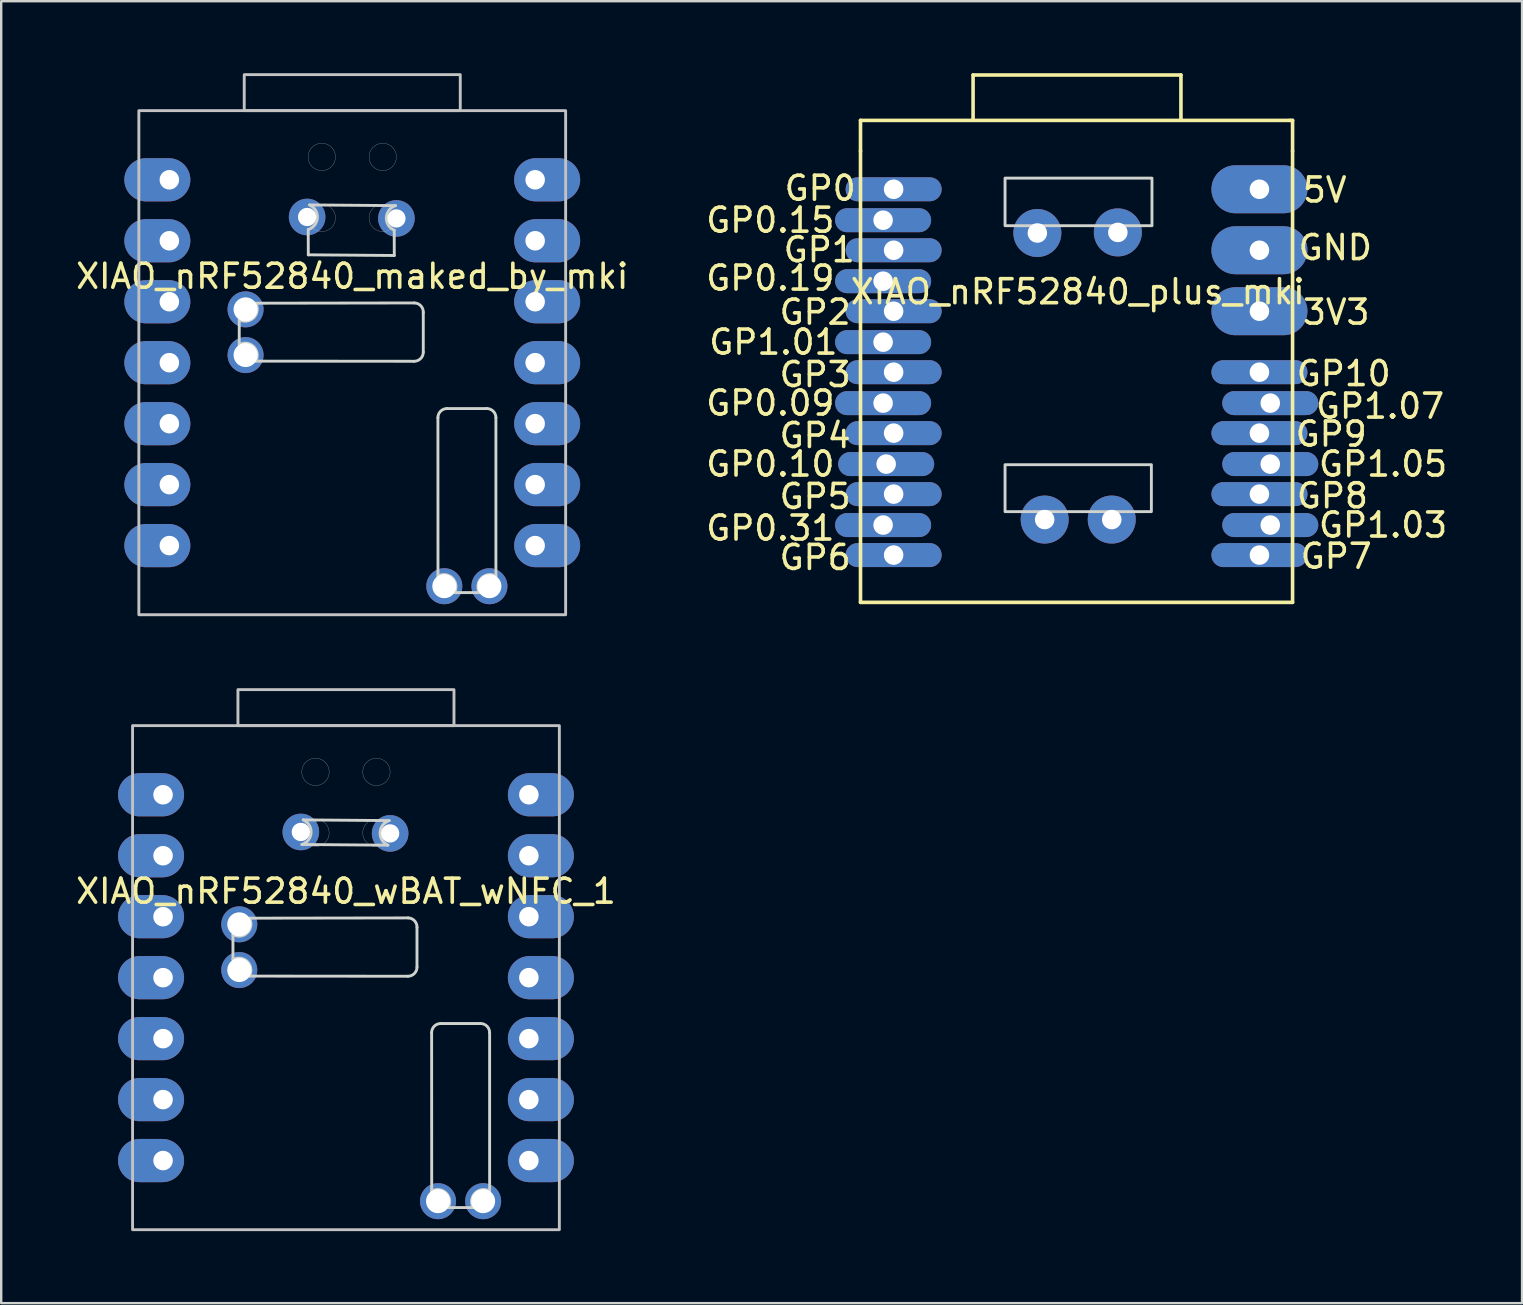
<source format=kicad_pcb>
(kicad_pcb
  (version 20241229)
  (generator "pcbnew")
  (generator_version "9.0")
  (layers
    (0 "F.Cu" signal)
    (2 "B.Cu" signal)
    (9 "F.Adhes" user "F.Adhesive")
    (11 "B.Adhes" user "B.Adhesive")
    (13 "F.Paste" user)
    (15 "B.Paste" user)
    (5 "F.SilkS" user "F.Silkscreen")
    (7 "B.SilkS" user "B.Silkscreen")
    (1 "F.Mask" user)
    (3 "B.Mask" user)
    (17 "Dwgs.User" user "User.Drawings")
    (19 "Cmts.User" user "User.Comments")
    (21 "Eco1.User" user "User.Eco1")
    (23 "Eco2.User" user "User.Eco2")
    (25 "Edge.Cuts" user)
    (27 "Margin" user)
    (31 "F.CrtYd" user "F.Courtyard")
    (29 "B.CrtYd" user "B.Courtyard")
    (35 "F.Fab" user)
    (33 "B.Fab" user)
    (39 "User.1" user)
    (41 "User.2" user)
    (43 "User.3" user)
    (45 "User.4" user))
  (footprint "XIAO_nRF52840_maked_by_mki"
    (layer "F.Cu")
    (at 11.625 1.56)
    (property "Reference" "XIAO_nRF52840_maked_by_mki" (at 0 6.9 0) (layer "F.SilkS") (effects (font (size 1 1) (thickness 0.15))))
    (attr through_hole exclude_from_pos_files)
    (fp_rect (start -8.89 21) (end 8.89 0) (stroke (width 0.12) (type solid)) (fill no) (layer "Dwgs.User"))
    (fp_rect (start -4.5 -1.5) (end 4.5 0) (stroke (width 0.12) (type solid)) (fill no) (layer "Dwgs.User"))
    (fp_circle (center -1.27 1.928) (end -0.699 1.928) (stroke (width 0.01) (type solid)) (fill no) (layer "Dwgs.User"))
    (fp_circle (center -1.27 4.468) (end -0.699 4.468) (stroke (width 0.01) (type solid)) (fill no) (layer "Dwgs.User"))
    (fp_circle (center 1.27 1.928) (end 1.841 1.928) (stroke (width 0.01) (type solid)) (fill no) (layer "Dwgs.User"))
    (fp_circle (center 1.27 4.468) (end 1.841 4.468) (stroke (width 0.01) (type solid)) (fill no) (layer "Dwgs.User"))
    (fp_line (start -4.708 9.749) (end -4.708 8.708) (stroke (width 0.12) (type solid)) (layer "Edge.Cuts"))
    (fp_line (start -4.022 8.022) (end 2.591 8.011) (stroke (width 0.12) (type solid)) (layer "Edge.Cuts"))
    (fp_line (start -1.834 4.952) (end -1.831 6.006) (stroke (width 0.12) (type solid)) (layer "Edge.Cuts"))
    (fp_line (start -1.831 6.006) (end 1.751 6.034) (stroke (width 0.12) (type solid)) (layer "Edge.Cuts"))
    (fp_line (start -1.78 3.928) (end 1.801 3.956) (stroke (width 0.12) (type solid)) (layer "Edge.Cuts"))
    (fp_line (start 1.748 4.981) (end 1.751 6.034) (stroke (width 0.12) (type solid)) (layer "Edge.Cuts"))
    (fp_line (start 2.579 10.441) (end -4.022 10.435) (stroke (width 0.12) (type solid)) (layer "Edge.Cuts"))
    (fp_line (start 2.959 8.403) (end 2.959 10.054) (stroke (width 0.12) (type solid)) (layer "Edge.Cuts"))
    (fp_line (start 3.572 19.392) (end 3.569 12.791) (stroke (width 0.12) (type solid)) (layer "Edge.Cuts"))
    (fp_line (start 3.953 12.411) (end 5.604 12.411) (stroke (width 0.12) (type solid)) (layer "Edge.Cuts"))
    (fp_line (start 5.299 20.078) (end 4.258 20.078) (stroke (width 0.12) (type solid)) (layer "Edge.Cuts"))
    (fp_line (start 5.985 12.791) (end 5.985 19.392) (stroke (width 0.12) (type solid)) (layer "Edge.Cuts"))
    (fp_arc (start -4.707753 9.749447) (mid -4.104144 9.831638) (end -4.021953 10.435247) (stroke (width 0.12) (type solid)) (layer "Edge.Cuts"))
    (fp_arc (start -4.021953 8.022247) (mid -4.104144 8.625856) (end -4.707753 8.708047) (stroke (width 0.12) (type solid)) (layer "Edge.Cuts"))
    (fp_arc (start -1.78 3.927732) (mid -1.45241 4.45861) (end -1.833539 4.95246) (stroke (width 0.12) (type solid)) (layer "Edge.Cuts"))
    (fp_arc (start 1.74759 4.980878) (mid 1.42 4.45) (end 1.801129 3.95615) (stroke (width 0.12) (type solid)) (layer "Edge.Cuts"))
    (fp_arc (start 2.590507 8.01063) (mid 2.856789 8.130008) (end 2.959247 8.403247) (stroke (width 0.12) (type solid)) (layer "Edge.Cuts"))
    (fp_arc (start 2.96 10.06) (mid 2.848408 10.329408) (end 2.579 10.441) (stroke (width 0.12) (type solid)) (layer "Edge.Cuts"))
    (fp_arc (start 3.569 12.791) (mid 3.680592 12.521592) (end 3.95 12.41) (stroke (width 0.12) (type solid)) (layer "Edge.Cuts"))
    (fp_arc (start 3.572247 19.391953) (mid 4.175856 19.474144) (end 4.258047 20.077753) (stroke (width 0.12) (type solid)) (layer "Edge.Cuts"))
    (fp_arc (start 5.299447 20.077753) (mid 5.38164 19.474141) (end 5.985247 19.391953) (stroke (width 0.12) (type solid)) (layer "Edge.Cuts"))
    (fp_arc (start 5.604247 12.41) (mid 5.873689 12.521574) (end 5.985247 12.791) (stroke (width 0.12) (type solid)) (layer "Edge.Cuts"))
    (pad "1" thru_hole oval (at -7.62 2.88) (size 2.75 1.8) (drill 0.813 (offset -0.5 0)) (layers "*.Cu" "*.Mask"))
    (pad "2" thru_hole oval (at -7.62 5.42) (size 2.75 1.8) (drill 0.813 (offset -0.5 0)) (layers "*.Cu" "*.Mask"))
    (pad "3" thru_hole oval (at -7.62 7.96) (size 2.75 1.8) (drill 0.813 (offset -0.5 0)) (layers "*.Cu" "*.Mask"))
    (pad "4" thru_hole oval (at -7.62 10.5) (size 2.75 1.8) (drill 0.813 (offset -0.5 0)) (layers "*.Cu" "*.Mask"))
    (pad "5" thru_hole oval (at -7.62 13.04) (size 2.75 1.8) (drill 0.813 (offset -0.5 0)) (layers "*.Cu" "*.Mask"))
    (pad "6" thru_hole oval (at -7.62 15.58) (size 2.75 1.8) (drill 0.813 (offset -0.5 0)) (layers "*.Cu" "*.Mask"))
    (pad "7" thru_hole oval (at -7.62 18.12) (size 2.75 1.8) (drill 0.813 (offset -0.5 0)) (layers "*.Cu" "*.Mask"))
    (pad "8" thru_hole oval (at 7.62 18.12) (size 2.75 1.8) (drill 0.813 (offset 0.5 0)) (layers "*.Cu" "*.Mask"))
    (pad "9" thru_hole oval (at 7.62 15.58) (size 2.75 1.8) (drill 0.813 (offset 0.5 0)) (layers "*.Cu" "*.Mask"))
    (pad "10" thru_hole oval (at 7.62 13.04) (size 2.75 1.8) (drill 0.813 (offset 0.5 0)) (layers "*.Cu" "*.Mask"))
    (pad "11" thru_hole oval (at 7.62 10.5) (size 2.75 1.8) (drill 0.813 (offset 0.5 0)) (layers "*.Cu" "*.Mask"))
    (pad "12" thru_hole oval (at 7.62 7.96) (size 2.75 1.8) (drill 0.813 (offset 0.5 0)) (layers "*.Cu" "*.Mask"))
    (pad "13" thru_hole oval (at 7.62 5.42) (size 2.75 1.8) (drill 0.813 (offset 0.5 0)) (layers "*.Cu" "*.Mask"))
    (pad "14" thru_hole oval (at 7.62 2.88) (size 2.75 1.8) (drill 0.813 (offset 0.5 0)) (layers "*.Cu" "*.Mask"))
    (pad "15" thru_hole circle (at 3.835 19.812 90) (size 1.5 1.5) (drill 1) (layers "*.Cu" "*.Mask"))
    (pad "16" thru_hole circle (at 5.715 19.812 270) (size 1.5 1.5) (drill 1) (layers "*.Cu" "*.Mask"))
    (pad "20" thru_hole circle (at -4.445 10.183 270) (size 1.5 1.5) (drill 1) (layers "*.Cu" "*.Mask"))
    (pad "21" thru_hole circle (at -4.445 8.278 90) (size 1.5 1.5) (drill 1) (layers "*.Cu" "*.Mask"))
    (pad "22" thru_hole circle (at -1.88 4.43) (size 1.524 1.524) (drill 0.762) (layers "*.Cu" "*.Mask"))
    (pad "23" thru_hole circle (at 1.84 4.49) (size 1.524 1.524) (drill 0.762) (layers "*.Cu" "*.Mask")))
  (footprint "XIAO_nRF52840_wBAT_wNFC_1"
    (layer "F.Cu")
    (at 11.363 27.18)
    (property "Reference" "XIAO_nRF52840_wBAT_wNFC_1" (at 0 6.9 0) (layer "F.SilkS") (effects (font (size 1 1) (thickness 0.15))))
    (attr through_hole exclude_from_pos_files)
    (fp_rect (start -8.89 21) (end 8.89 0) (stroke (width 0.12) (type solid)) (fill no) (layer "Dwgs.User"))
    (fp_rect (start -4.5 -1.5) (end 4.5 0) (stroke (width 0.12) (type solid)) (fill no) (layer "Dwgs.User"))
    (fp_circle (center -1.27 1.928) (end -0.699 1.928) (stroke (width 0.01) (type solid)) (fill no) (layer "Dwgs.User"))
    (fp_circle (center -1.27 4.468) (end -0.699 4.468) (stroke (width 0.01) (type solid)) (fill no) (layer "Dwgs.User"))
    (fp_circle (center 1.27 1.928) (end 1.841 1.928) (stroke (width 0.01) (type solid)) (fill no) (layer "Dwgs.User"))
    (fp_circle (center 1.27 4.468) (end 1.841 4.468) (stroke (width 0.01) (type solid)) (fill no) (layer "Dwgs.User"))
    (fp_line (start -4.708 9.749) (end -4.708 8.708) (stroke (width 0.12) (type solid)) (layer "Edge.Cuts"))
    (fp_line (start -4.022 8.022) (end 2.591 8.011) (stroke (width 0.12) (type solid)) (layer "Edge.Cuts"))
    (fp_line (start -1.834 4.952) (end 1.748 4.981) (stroke (width 0.12) (type solid)) (layer "Edge.Cuts"))
    (fp_line (start -1.78 3.928) (end 1.801 3.956) (stroke (width 0.12) (type solid)) (layer "Edge.Cuts"))
    (fp_line (start 2.579 10.441) (end -4.022 10.435) (stroke (width 0.12) (type solid)) (layer "Edge.Cuts"))
    (fp_line (start 2.959 8.403) (end 2.959 10.054) (stroke (width 0.12) (type solid)) (layer "Edge.Cuts"))
    (fp_line (start 3.572 19.392) (end 3.569 12.791) (stroke (width 0.12) (type solid)) (layer "Edge.Cuts"))
    (fp_line (start 3.953 12.411) (end 5.604 12.411) (stroke (width 0.12) (type solid)) (layer "Edge.Cuts"))
    (fp_line (start 5.299 20.078) (end 4.258 20.078) (stroke (width 0.12) (type solid)) (layer "Edge.Cuts"))
    (fp_line (start 5.985 12.791) (end 5.985 19.392) (stroke (width 0.12) (type solid)) (layer "Edge.Cuts"))
    (fp_arc (start -4.707753 9.749447) (mid -4.104144 9.831638) (end -4.021953 10.435247) (stroke (width 0.12) (type solid)) (layer "Edge.Cuts"))
    (fp_arc (start -4.021953 8.022247) (mid -4.104144 8.625856) (end -4.707753 8.708047) (stroke (width 0.12) (type solid)) (layer "Edge.Cuts"))
    (fp_arc (start -1.78 3.927732) (mid -1.45241 4.45861) (end -1.833539 4.95246) (stroke (width 0.12) (type solid)) (layer "Edge.Cuts"))
    (fp_arc (start 1.74759 4.980878) (mid 1.42 4.45) (end 1.801129 3.95615) (stroke (width 0.12) (type solid)) (layer "Edge.Cuts"))
    (fp_arc (start 2.590507 8.01063) (mid 2.856789 8.130008) (end 2.959247 8.403247) (stroke (width 0.12) (type solid)) (layer "Edge.Cuts"))
    (fp_arc (start 2.96 10.06) (mid 2.848409 10.329409) (end 2.579 10.441) (stroke (width 0.12) (type solid)) (layer "Edge.Cuts"))
    (fp_arc (start 3.569 12.791) (mid 3.680592 12.521593) (end 3.95 12.41) (stroke (width 0.12) (type solid)) (layer "Edge.Cuts"))
    (fp_arc (start 3.572247 19.391953) (mid 4.175856 19.474144) (end 4.258047 20.077753) (stroke (width 0.12) (type solid)) (layer "Edge.Cuts"))
    (fp_arc (start 5.299447 20.077753) (mid 5.38164 19.474141) (end 5.985247 19.391953) (stroke (width 0.12) (type solid)) (layer "Edge.Cuts"))
    (fp_arc (start 5.604247 12.41) (mid 5.873656 12.521591) (end 5.985247 12.791) (stroke (width 0.12) (type solid)) (layer "Edge.Cuts"))
    (pad "1" thru_hole oval (at -7.62 2.88) (size 2.75 1.8) (drill 0.813 (offset -0.5 0)) (layers "*.Cu" "*.Mask"))
    (pad "2" thru_hole oval (at -7.62 5.42) (size 2.75 1.8) (drill 0.813 (offset -0.5 0)) (layers "*.Cu" "*.Mask"))
    (pad "3" thru_hole oval (at -7.62 7.96) (size 2.75 1.8) (drill 0.813 (offset -0.5 0)) (layers "*.Cu" "*.Mask"))
    (pad "4" thru_hole oval (at -7.62 10.5) (size 2.75 1.8) (drill 0.813 (offset -0.5 0)) (layers "*.Cu" "*.Mask"))
    (pad "5" thru_hole oval (at -7.62 13.04) (size 2.75 1.8) (drill 0.813 (offset -0.5 0)) (layers "*.Cu" "*.Mask"))
    (pad "6" thru_hole oval (at -7.62 15.58) (size 2.75 1.8) (drill 0.813 (offset -0.5 0)) (layers "*.Cu" "*.Mask"))
    (pad "7" thru_hole oval (at -7.62 18.12) (size 2.75 1.8) (drill 0.813 (offset -0.5 0)) (layers "*.Cu" "*.Mask"))
    (pad "8" thru_hole oval (at 7.62 18.12) (size 2.75 1.8) (drill 0.813 (offset 0.5 0)) (layers "*.Cu" "*.Mask"))
    (pad "9" thru_hole oval (at 7.62 15.58) (size 2.75 1.8) (drill 0.813 (offset 0.5 0)) (layers "*.Cu" "*.Mask"))
    (pad "10" thru_hole oval (at 7.62 13.04) (size 2.75 1.8) (drill 0.813 (offset 0.5 0)) (layers "*.Cu" "*.Mask"))
    (pad "11" thru_hole oval (at 7.62 10.5) (size 2.75 1.8) (drill 0.813 (offset 0.5 0)) (layers "*.Cu" "*.Mask"))
    (pad "12" thru_hole oval (at 7.62 7.96) (size 2.75 1.8) (drill 0.813 (offset 0.5 0)) (layers "*.Cu" "*.Mask"))
    (pad "13" thru_hole oval (at 7.62 5.42) (size 2.75 1.8) (drill 0.813 (offset 0.5 0)) (layers "*.Cu" "*.Mask"))
    (pad "14" thru_hole oval (at 7.62 2.88) (size 2.75 1.8) (drill 0.813 (offset 0.5 0)) (layers "*.Cu" "*.Mask"))
    (pad "15" thru_hole circle (at 3.835 19.812 90) (size 1.5 1.5) (drill 1) (layers "*.Cu" "*.Mask"))
    (pad "16" thru_hole circle (at 5.715 19.812 270) (size 1.5 1.5) (drill 1) (layers "*.Cu" "*.Mask"))
    (pad "17" thru_hole circle (at -1.88 4.43) (size 1.524 1.524) (drill 0.762) (layers "*.Cu" "*.Mask"))
    (pad "18" thru_hole circle (at 1.84 4.49) (size 1.524 1.524) (drill 0.762) (layers "*.Cu" "*.Mask"))
    (pad "20" thru_hole circle (at -4.445 10.183 270) (size 1.5 1.5) (drill 1) (layers "*.Cu" "*.Mask"))
    (pad "21" thru_hole circle (at -4.445 8.278 90) (size 1.5 1.5) (drill 1) (layers "*.Cu" "*.Mask")))
  (footprint "XIAO_nRF52840_plus_mki"
    (layer "F.Cu")
    (at 41.869 9.045)
    (property "Reference" "XIAO_nRF52840_plus_mki" (at -0.02 0.06 0) (layer "F.SilkS") (effects (font (size 1 1) (thickness 0.15))))
    (attr through_hole)
    (fp_line (start -9.07 -7.08) (end 8.82 -7.08) (stroke (width 0.15) (type solid)) (layer "F.SilkS"))
    (fp_line (start -9.07 -5.8) (end -9.07 -7.08) (stroke (width 0.15) (type solid)) (layer "F.SilkS"))
    (fp_line (start -9.07 13) (end -9.07 -5.8) (stroke (width 0.15) (type solid)) (layer "F.SilkS"))
    (fp_line (start -4.38 -8.97) (end 4.28 -8.97) (stroke (width 0.15) (type solid)) (layer "F.SilkS"))
    (fp_line (start -4.38 -7.09) (end -4.38 -8.97) (stroke (width 0.15) (type solid)) (layer "F.SilkS"))
    (fp_line (start 4.28 -7.09) (end 4.28 -8.97) (stroke (width 0.15) (type solid)) (layer "F.SilkS"))
    (fp_line (start 8.93 -7.08) (end 8.82 -7.08) (stroke (width 0.15) (type solid)) (layer "F.SilkS"))
    (fp_line (start 8.93 -5.8) (end 8.93 -7.08) (stroke (width 0.15) (type solid)) (layer "F.SilkS"))
    (fp_line (start 8.93 -5.8) (end 8.93 13) (stroke (width 0.15) (type solid)) (layer "F.SilkS"))
    (fp_line (start 8.93 13) (end -9.07 13) (stroke (width 0.15) (type solid)) (layer "F.SilkS"))
    (fp_rect (start -3.048 -4.674) (end 3.073 -2.692) (stroke (width 0.12) (type default)) (fill no) (layer "Edge.Cuts"))
    (fp_rect (start -3.048 7.264) (end 3.048 9.22) (stroke (width 0.12) (type default)) (fill no) (layer "Edge.Cuts"))
    (fp_text user "GP0.15" (at -12.827 -2.921 0) (layer "F.SilkS") (effects (font (size 1 1) (thickness 0.15))))
    (fp_text user "GND" (at 10.71 -1.78 0) (layer "F.SilkS") (effects (font (size 1 1) (thickness 0.15))))
    (fp_text user "GP4" (at -10.96 6.05 0) (layer "F.SilkS") (effects (font (size 1 1) (thickness 0.15))))
    (fp_text user "GP0" (at -10.75 -4.25 0) (layer "F.SilkS") (effects (font (size 1 1) (thickness 0.15))))
    (fp_text user "3V3" (at 10.75 0.91 0) (layer "F.SilkS") (effects (font (size 1 1) (thickness 0.15))))
    (fp_text user "GP0.10" (at -12.827 7.239 0) (layer "F.SilkS") (effects (font (size 1 1) (thickness 0.15))))
    (fp_text user "GP0.31" (at -12.827 9.906 0) (layer "F.SilkS") (effects (font (size 1 1) (thickness 0.15))))
    (fp_text user "GP6" (at -10.96 11.13 0) (layer "F.SilkS") (effects (font (size 1 1) (thickness 0.15))))
    (fp_text user "GP2" (at -10.96 0.91 0) (layer "F.SilkS") (effects (font (size 1 1) (thickness 0.15))))
    (fp_text user "GP1" (at -10.79 -1.69 0) (layer "F.SilkS") (effects (font (size 1 1) (thickness 0.15))))
    (fp_text user "GP3" (at -10.96 3.51 0) (layer "F.SilkS") (effects (font (size 1 1) (thickness 0.15))))
    (fp_text user "GP7" (at 10.75 11.08 0) (layer "F.SilkS") (effects (font (size 1 1) (thickness 0.15))))
    (fp_text user "GP1.07" (at 12.573 4.826 0) (layer "F.SilkS") (effects (font (size 1 1) (thickness 0.15))))
    (fp_text user "GP0.19" (at -12.827 -0.508 0) (layer "F.SilkS") (effects (font (size 1 1) (thickness 0.15))))
    (fp_text user "GP10" (at 11.06 3.47 0) (layer "F.SilkS") (effects (font (size 1 1) (thickness 0.15))))
    (fp_text user "5V" (at 10.27 -4.18 0) (layer "F.SilkS") (effects (font (size 1 1) (thickness 0.15))))
    (fp_text user "GP9" (at 10.54 5.99 0) (layer "F.SilkS") (effects (font (size 1 1) (thickness 0.15))))
    (fp_text user "GP5" (at -10.96 8.59 0) (layer "F.SilkS") (effects (font (size 1 1) (thickness 0.15))))
    (fp_text user "GP8" (at 10.59 8.56 0) (layer "F.SilkS") (effects (font (size 1 1) (thickness 0.15))))
    (fp_text user "GP1.05" (at 12.7 7.239 0) (layer "F.SilkS") (effects (font (size 1 1) (thickness 0.15))))
    (fp_text user "GP0.09" (at -12.827 4.699 0) (layer "F.SilkS") (effects (font (size 1 1) (thickness 0.15))))
    (fp_text user "GP1.01" (at -12.7 2.159 0) (layer "F.SilkS") (effects (font (size 1 1) (thickness 0.15))))
    (fp_text user "GP1.03" (at 12.7 9.779 0) (layer "F.SilkS") (effects (font (size 1 1) (thickness 0.15))))
    (pad "1" thru_hole oval (at -7.69 -4.21) (size 4 1) (drill 0.813) (layers "*.Cu" "*.Mask"))
    (pad "2" thru_hole oval (at -7.69 -1.67) (size 4 1) (drill 0.813) (layers "*.Cu" "*.Mask"))
    (pad "3" thru_hole oval (at -7.69 0.87) (size 4 1) (drill 0.813) (layers "*.Cu" "*.Mask"))
    (pad "4" thru_hole oval (at -7.69 3.41) (size 4 1) (drill 0.813) (layers "*.Cu" "*.Mask"))
    (pad "5" thru_hole oval (at -7.69 5.95) (size 4 1) (drill 0.813) (layers "*.Cu" "*.Mask"))
    (pad "6" thru_hole oval (at -7.69 8.49) (size 4 1) (drill 0.813) (layers "*.Cu" "*.Mask"))
    (pad "7" thru_hole oval (at -7.69 11.03) (size 4 1) (drill 0.813) (layers "*.Cu" "*.Mask"))
    (pad "8" thru_hole oval (at 7.55 11.03) (size 4 1) (drill 0.813) (layers "*.Cu" "*.Mask"))
    (pad "9" thru_hole oval (at 7.55 8.49) (size 4 1) (drill 0.813) (layers "*.Cu" "*.Mask"))
    (pad "10" thru_hole oval (at 7.55 5.95) (size 4 1) (drill 0.813) (layers "*.Cu" "*.Mask"))
    (pad "11" thru_hole oval (at 7.55 3.41) (size 4 1) (drill 0.813) (layers "*.Cu" "*.Mask"))
    (pad "12" thru_hole oval (at 7.55 0.87) (size 4 2) (drill 0.813) (layers "*.Cu" "*.Mask"))
    (pad "13" thru_hole oval (at 7.55 -1.67) (size 4 2) (drill 0.813) (layers "*.Cu" "*.Mask"))
    (pad "14" thru_hole oval (at 7.55 -4.21) (size 4 2) (drill 0.813) (layers "*.Cu" "*.Mask"))
    (pad "15" thru_hole circle (at 1.397 9.55) (size 2 2) (drill 0.813) (layers "*.Cu" "*.Mask"))
    (pad "16" thru_hole circle (at -1.397 9.55) (size 2 2) (drill 0.813) (layers "*.Cu" "*.Mask"))
    (pad "17" thru_hole oval (at -8.128 -2.921) (size 4 1) (drill 0.813) (layers "*.Cu" "*.Mask"))
    (pad "18" thru_hole oval (at -8.128 -0.381) (size 4 1) (drill 0.813) (layers "*.Cu" "*.Mask"))
    (pad "19" thru_hole oval (at -8.128 2.159) (size 4 1) (drill 0.813) (layers "*.Cu" "*.Mask"))
    (pad "20" thru_hole oval (at -8.128 4.699) (size 4 1) (drill 0.813) (layers "*.Cu" "*.Mask"))
    (pad "21" thru_hole oval (at -8.001 7.239) (size 4 1) (drill 0.813) (layers "*.Cu" "*.Mask"))
    (pad "22" thru_hole oval (at -8.128 9.779) (size 4 1) (drill 0.813) (layers "*.Cu" "*.Mask"))
    (pad "23" thru_hole oval (at 8.001 4.699) (size 4 1) (drill 0.813) (layers "*.Cu" "*.Mask"))
    (pad "24" thru_hole oval (at 8.001 7.239) (size 4 1) (drill 0.813) (layers "*.Cu" "*.Mask"))
    (pad "25" thru_hole oval (at 8.001 9.779) (size 4 1) (drill 0.813) (layers "*.Cu" "*.Mask"))
    (pad "26" thru_hole circle (at 1.651 -2.413) (size 2 2) (drill 0.813) (layers "*.Cu" "*.Mask"))
    (pad "27" thru_hole circle (at -1.702 -2.388) (size 2 2) (drill 0.813) (layers "*.Cu" "*.Mask")))
  (gr_rect
    (start -3 -3)
    (end 60.36 51.24)
    (stroke (width 0.1) (type default))
    (fill no)
    (layer "Edge.Cuts")))
</source>
